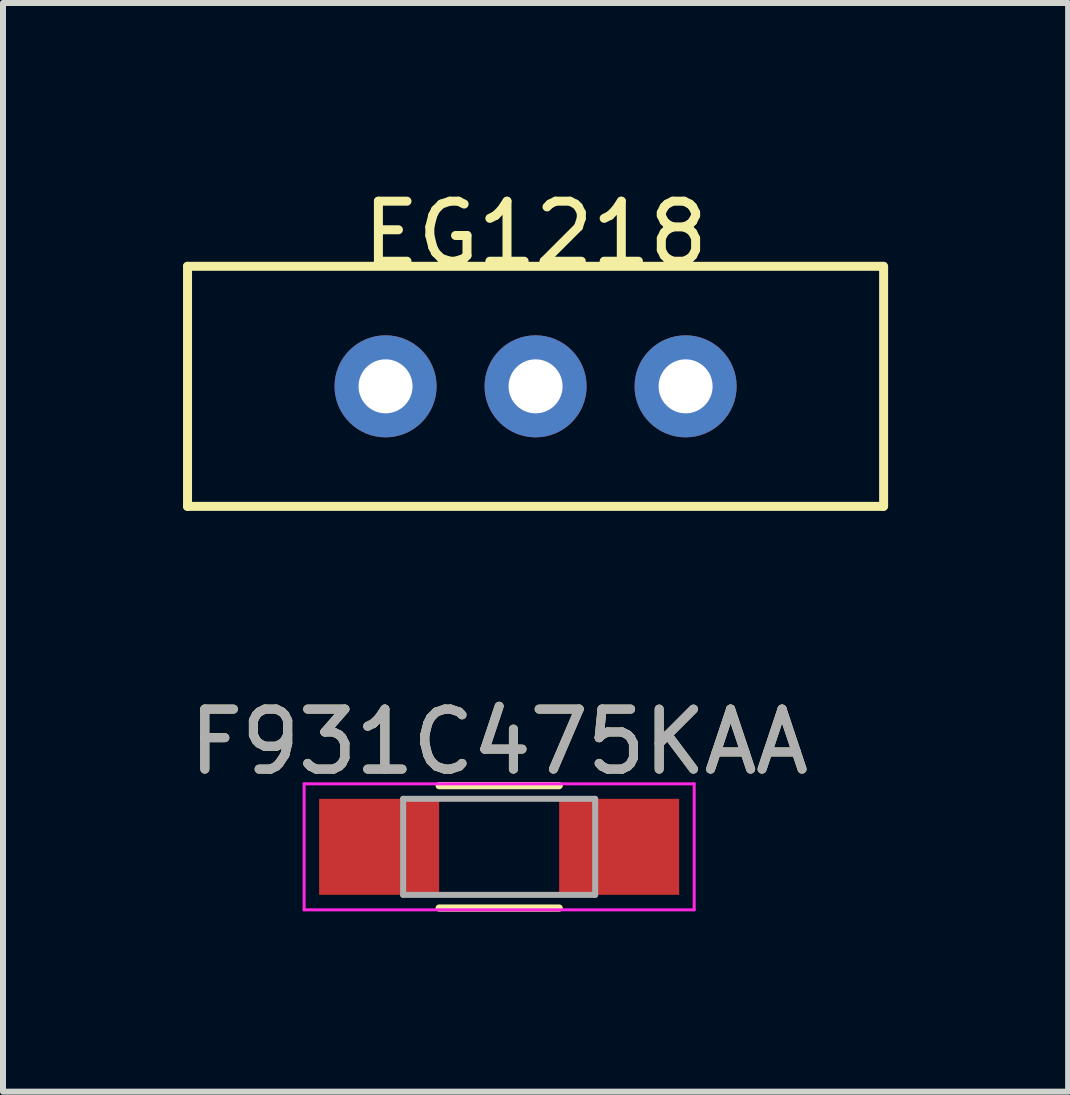
<source format=kicad_pcb>
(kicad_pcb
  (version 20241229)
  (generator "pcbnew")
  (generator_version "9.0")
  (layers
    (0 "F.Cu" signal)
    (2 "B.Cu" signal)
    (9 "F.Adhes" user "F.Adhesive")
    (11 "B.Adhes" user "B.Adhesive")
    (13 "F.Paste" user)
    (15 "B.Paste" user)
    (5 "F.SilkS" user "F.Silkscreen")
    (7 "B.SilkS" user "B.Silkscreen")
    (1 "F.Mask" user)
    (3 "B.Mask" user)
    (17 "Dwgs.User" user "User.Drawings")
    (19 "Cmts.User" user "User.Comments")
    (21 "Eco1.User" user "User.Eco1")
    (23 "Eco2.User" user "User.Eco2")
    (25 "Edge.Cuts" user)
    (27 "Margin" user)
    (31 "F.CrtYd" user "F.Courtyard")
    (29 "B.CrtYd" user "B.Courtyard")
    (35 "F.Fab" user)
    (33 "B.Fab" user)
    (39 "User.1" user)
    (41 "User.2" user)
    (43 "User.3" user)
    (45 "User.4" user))
  (footprint "F931C475KAA"
    (layer "F.Cu")
    (at 5.268 11.062)
    (property "Reference" "F931C475KAA" (at 0 -1.75 0) (layer "F.SilkS") (effects (font (size 1 1) (thickness 0.15))))
    (attr smd)
    (fp_line (start -1 1.02) (end 1 1.02) (stroke (width 0.12) (type solid)) (layer "F.SilkS"))
    (fp_line (start 1 -1.02) (end -1 -1.02) (stroke (width 0.12) (type solid)) (layer "F.SilkS"))
    (fp_line (start -3.25 -1.05) (end -3.25 1.05) (stroke (width 0.05) (type solid)) (layer "F.CrtYd"))
    (fp_line (start -3.25 -1.05) (end 3.25 -1.05) (stroke (width 0.05) (type solid)) (layer "F.CrtYd"))
    (fp_line (start 3.25 1.05) (end -3.25 1.05) (stroke (width 0.05) (type solid)) (layer "F.CrtYd"))
    (fp_line (start 3.25 1.05) (end 3.25 -1.05) (stroke (width 0.05) (type solid)) (layer "F.CrtYd"))
    (fp_line (start -1.6 -0.8) (end 1.6 -0.8) (stroke (width 0.1) (type solid)) (layer "F.Fab"))
    (fp_line (start -1.6 0.8) (end -1.6 -0.8) (stroke (width 0.1) (type solid)) (layer "F.Fab"))
    (fp_line (start 1.6 -0.8) (end 1.6 0.8) (stroke (width 0.1) (type solid)) (layer "F.Fab"))
    (fp_line (start 1.6 0.8) (end -1.6 0.8) (stroke (width 0.1) (type solid)) (layer "F.Fab"))
    (fp_text user "${REFERENCE}" (at 0 -1.75 0) (layer "F.Fab") (effects (font (size 1 1) (thickness 0.15))))
    (pad "1" smd rect (at -2 0) (size 2 1.6) (layers "F.Cu" "F.Mask" "F.Paste"))
    (pad "2" smd rect (at 2 0) (size 2 1.6) (layers "F.Cu" "F.Mask" "F.Paste")))
  (footprint "EG1218"
    (layer "F.Cu")
    (at 5.875 3.388)
    (property "Reference" "EG1218" (at 0 -2.54 0) (layer "F.SilkS") (effects (font (size 1 1) (thickness 0.15))))
    (attr through_hole)
    (fp_line (start -5.8 -2) (end -5.8 2) (stroke (width 0.15) (type solid)) (layer "F.SilkS"))
    (fp_line (start -5.8 2) (end 5.791 2) (stroke (width 0.15) (type solid)) (layer "F.SilkS"))
    (fp_line (start 5.791 -2) (end -5.8 -2) (stroke (width 0.15) (type solid)) (layer "F.SilkS"))
    (fp_line (start 5.8 -2) (end 5.8 2) (stroke (width 0.15) (type solid)) (layer "F.SilkS"))
    (pad "1" thru_hole circle (at -2.5 0) (size 1.7 1.7) (drill 0.9) (layers "*.Cu" "*.Mask"))
    (pad "2" thru_hole circle (at 0 0) (size 1.7 1.7) (drill 0.9) (layers "*.Cu" "*.Mask"))
    (pad "3" thru_hole circle (at 2.5 0) (size 1.7 1.7) (drill 0.9) (layers "*.Cu" "*.Mask")))
  (gr_rect
    (start -3 -3)
    (end 14.75 15.142)
    (stroke (width 0.1) (type default))
    (fill no)
    (layer "Edge.Cuts")))
</source>
